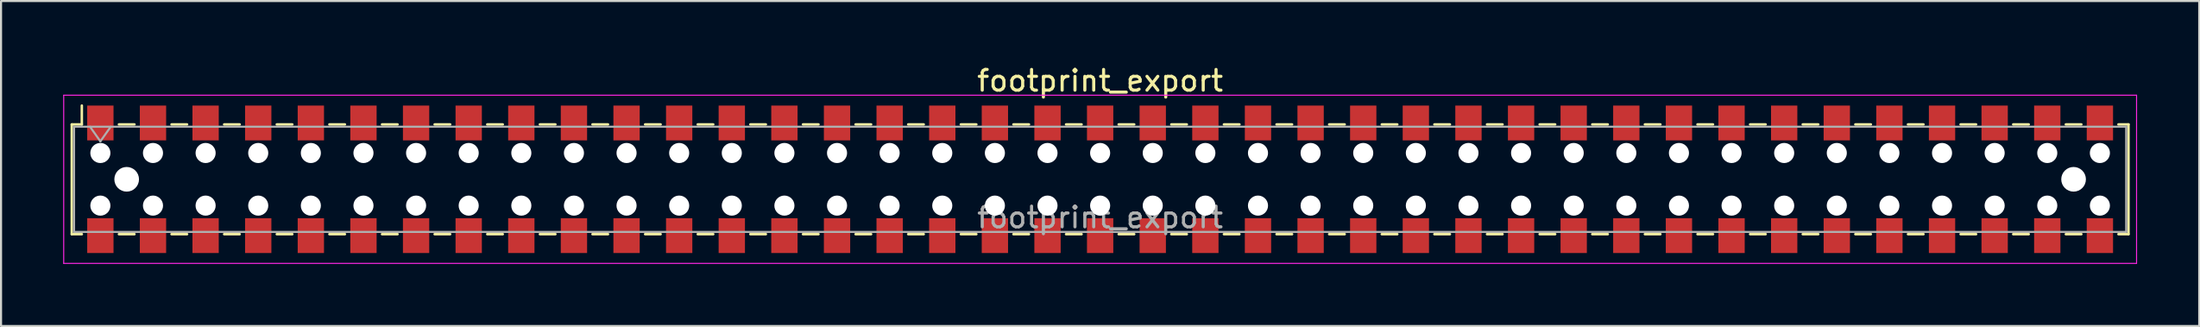
<source format=kicad_pcb>
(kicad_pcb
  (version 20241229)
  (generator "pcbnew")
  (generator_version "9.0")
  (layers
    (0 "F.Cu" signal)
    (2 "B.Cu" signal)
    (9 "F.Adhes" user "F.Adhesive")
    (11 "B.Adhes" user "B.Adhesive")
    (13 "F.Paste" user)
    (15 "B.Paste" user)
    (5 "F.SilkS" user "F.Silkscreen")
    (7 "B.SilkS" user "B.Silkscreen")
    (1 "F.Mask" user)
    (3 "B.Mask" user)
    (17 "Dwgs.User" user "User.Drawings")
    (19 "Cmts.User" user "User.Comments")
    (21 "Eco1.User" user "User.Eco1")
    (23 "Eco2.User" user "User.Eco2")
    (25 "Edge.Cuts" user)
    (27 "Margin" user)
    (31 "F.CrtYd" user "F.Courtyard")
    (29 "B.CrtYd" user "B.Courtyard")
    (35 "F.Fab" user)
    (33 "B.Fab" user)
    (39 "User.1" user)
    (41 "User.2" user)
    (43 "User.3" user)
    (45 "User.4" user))
  (footprint "footprint_export"
    (layer "F.Cu")
    (at 50.055 5.608)
    (property "Reference" "footprint_export" (at 0 -4.76 0) (layer "F.SilkS") (effects (font (size 1 1) (thickness 0.15))))
    (attr smd)
    (fp_line (start -49.64 -2.65) (end -49.64 2.65) (stroke (width 0.12) (type solid)) (layer "F.SilkS"))
    (fp_line (start -49.64 2.65) (end -49.155 2.65) (stroke (width 0.12) (type solid)) (layer "F.SilkS"))
    (fp_line (start -49.155 -3.56) (end -49.155 -2.65) (stroke (width 0.12) (type solid)) (layer "F.SilkS"))
    (fp_line (start -49.155 -2.65) (end -49.64 -2.65) (stroke (width 0.12) (type solid)) (layer "F.SilkS"))
    (fp_line (start -47.365 -2.65) (end -46.615 -2.65) (stroke (width 0.12) (type solid)) (layer "F.SilkS"))
    (fp_line (start -47.365 2.65) (end -46.615 2.65) (stroke (width 0.12) (type solid)) (layer "F.SilkS"))
    (fp_line (start -44.825 -2.65) (end -44.075 -2.65) (stroke (width 0.12) (type solid)) (layer "F.SilkS"))
    (fp_line (start -44.825 2.65) (end -44.075 2.65) (stroke (width 0.12) (type solid)) (layer "F.SilkS"))
    (fp_line (start -42.285 -2.65) (end -41.535 -2.65) (stroke (width 0.12) (type solid)) (layer "F.SilkS"))
    (fp_line (start -42.285 2.65) (end -41.535 2.65) (stroke (width 0.12) (type solid)) (layer "F.SilkS"))
    (fp_line (start -39.745 -2.65) (end -38.995 -2.65) (stroke (width 0.12) (type solid)) (layer "F.SilkS"))
    (fp_line (start -39.745 2.65) (end -38.995 2.65) (stroke (width 0.12) (type solid)) (layer "F.SilkS"))
    (fp_line (start -37.205 -2.65) (end -36.455 -2.65) (stroke (width 0.12) (type solid)) (layer "F.SilkS"))
    (fp_line (start -37.205 2.65) (end -36.455 2.65) (stroke (width 0.12) (type solid)) (layer "F.SilkS"))
    (fp_line (start -34.665 -2.65) (end -33.915 -2.65) (stroke (width 0.12) (type solid)) (layer "F.SilkS"))
    (fp_line (start -34.665 2.65) (end -33.915 2.65) (stroke (width 0.12) (type solid)) (layer "F.SilkS"))
    (fp_line (start -32.125 -2.65) (end -31.375 -2.65) (stroke (width 0.12) (type solid)) (layer "F.SilkS"))
    (fp_line (start -32.125 2.65) (end -31.375 2.65) (stroke (width 0.12) (type solid)) (layer "F.SilkS"))
    (fp_line (start -29.585 -2.65) (end -28.835 -2.65) (stroke (width 0.12) (type solid)) (layer "F.SilkS"))
    (fp_line (start -29.585 2.65) (end -28.835 2.65) (stroke (width 0.12) (type solid)) (layer "F.SilkS"))
    (fp_line (start -27.045 -2.65) (end -26.295 -2.65) (stroke (width 0.12) (type solid)) (layer "F.SilkS"))
    (fp_line (start -27.045 2.65) (end -26.295 2.65) (stroke (width 0.12) (type solid)) (layer "F.SilkS"))
    (fp_line (start -24.505 -2.65) (end -23.755 -2.65) (stroke (width 0.12) (type solid)) (layer "F.SilkS"))
    (fp_line (start -24.505 2.65) (end -23.755 2.65) (stroke (width 0.12) (type solid)) (layer "F.SilkS"))
    (fp_line (start -21.965 -2.65) (end -21.215 -2.65) (stroke (width 0.12) (type solid)) (layer "F.SilkS"))
    (fp_line (start -21.965 2.65) (end -21.215 2.65) (stroke (width 0.12) (type solid)) (layer "F.SilkS"))
    (fp_line (start -19.425 -2.65) (end -18.675 -2.65) (stroke (width 0.12) (type solid)) (layer "F.SilkS"))
    (fp_line (start -19.425 2.65) (end -18.675 2.65) (stroke (width 0.12) (type solid)) (layer "F.SilkS"))
    (fp_line (start -16.885 -2.65) (end -16.135 -2.65) (stroke (width 0.12) (type solid)) (layer "F.SilkS"))
    (fp_line (start -16.885 2.65) (end -16.135 2.65) (stroke (width 0.12) (type solid)) (layer "F.SilkS"))
    (fp_line (start -14.345 -2.65) (end -13.595 -2.65) (stroke (width 0.12) (type solid)) (layer "F.SilkS"))
    (fp_line (start -14.345 2.65) (end -13.595 2.65) (stroke (width 0.12) (type solid)) (layer "F.SilkS"))
    (fp_line (start -11.805 -2.65) (end -11.055 -2.65) (stroke (width 0.12) (type solid)) (layer "F.SilkS"))
    (fp_line (start -11.805 2.65) (end -11.055 2.65) (stroke (width 0.12) (type solid)) (layer "F.SilkS"))
    (fp_line (start -9.265 -2.65) (end -8.515 -2.65) (stroke (width 0.12) (type solid)) (layer "F.SilkS"))
    (fp_line (start -9.265 2.65) (end -8.515 2.65) (stroke (width 0.12) (type solid)) (layer "F.SilkS"))
    (fp_line (start -6.725 -2.65) (end -5.975 -2.65) (stroke (width 0.12) (type solid)) (layer "F.SilkS"))
    (fp_line (start -6.725 2.65) (end -5.975 2.65) (stroke (width 0.12) (type solid)) (layer "F.SilkS"))
    (fp_line (start -4.185 -2.65) (end -3.435 -2.65) (stroke (width 0.12) (type solid)) (layer "F.SilkS"))
    (fp_line (start -4.185 2.65) (end -3.435 2.65) (stroke (width 0.12) (type solid)) (layer "F.SilkS"))
    (fp_line (start -1.645 -2.65) (end -0.895 -2.65) (stroke (width 0.12) (type solid)) (layer "F.SilkS"))
    (fp_line (start -1.645 2.65) (end -0.895 2.65) (stroke (width 0.12) (type solid)) (layer "F.SilkS"))
    (fp_line (start 0.895 -2.65) (end 1.645 -2.65) (stroke (width 0.12) (type solid)) (layer "F.SilkS"))
    (fp_line (start 0.895 2.65) (end 1.645 2.65) (stroke (width 0.12) (type solid)) (layer "F.SilkS"))
    (fp_line (start 3.435 -2.65) (end 4.185 -2.65) (stroke (width 0.12) (type solid)) (layer "F.SilkS"))
    (fp_line (start 3.435 2.65) (end 4.185 2.65) (stroke (width 0.12) (type solid)) (layer "F.SilkS"))
    (fp_line (start 5.975 -2.65) (end 6.725 -2.65) (stroke (width 0.12) (type solid)) (layer "F.SilkS"))
    (fp_line (start 5.975 2.65) (end 6.725 2.65) (stroke (width 0.12) (type solid)) (layer "F.SilkS"))
    (fp_line (start 8.515 -2.65) (end 9.265 -2.65) (stroke (width 0.12) (type solid)) (layer "F.SilkS"))
    (fp_line (start 8.515 2.65) (end 9.265 2.65) (stroke (width 0.12) (type solid)) (layer "F.SilkS"))
    (fp_line (start 11.055 -2.65) (end 11.805 -2.65) (stroke (width 0.12) (type solid)) (layer "F.SilkS"))
    (fp_line (start 11.055 2.65) (end 11.805 2.65) (stroke (width 0.12) (type solid)) (layer "F.SilkS"))
    (fp_line (start 13.595 -2.65) (end 14.345 -2.65) (stroke (width 0.12) (type solid)) (layer "F.SilkS"))
    (fp_line (start 13.595 2.65) (end 14.345 2.65) (stroke (width 0.12) (type solid)) (layer "F.SilkS"))
    (fp_line (start 16.135 -2.65) (end 16.885 -2.65) (stroke (width 0.12) (type solid)) (layer "F.SilkS"))
    (fp_line (start 16.135 2.65) (end 16.885 2.65) (stroke (width 0.12) (type solid)) (layer "F.SilkS"))
    (fp_line (start 18.675 -2.65) (end 19.425 -2.65) (stroke (width 0.12) (type solid)) (layer "F.SilkS"))
    (fp_line (start 18.675 2.65) (end 19.425 2.65) (stroke (width 0.12) (type solid)) (layer "F.SilkS"))
    (fp_line (start 21.215 -2.65) (end 21.965 -2.65) (stroke (width 0.12) (type solid)) (layer "F.SilkS"))
    (fp_line (start 21.215 2.65) (end 21.965 2.65) (stroke (width 0.12) (type solid)) (layer "F.SilkS"))
    (fp_line (start 23.755 -2.65) (end 24.505 -2.65) (stroke (width 0.12) (type solid)) (layer "F.SilkS"))
    (fp_line (start 23.755 2.65) (end 24.505 2.65) (stroke (width 0.12) (type solid)) (layer "F.SilkS"))
    (fp_line (start 26.295 -2.65) (end 27.045 -2.65) (stroke (width 0.12) (type solid)) (layer "F.SilkS"))
    (fp_line (start 26.295 2.65) (end 27.045 2.65) (stroke (width 0.12) (type solid)) (layer "F.SilkS"))
    (fp_line (start 28.835 -2.65) (end 29.585 -2.65) (stroke (width 0.12) (type solid)) (layer "F.SilkS"))
    (fp_line (start 28.835 2.65) (end 29.585 2.65) (stroke (width 0.12) (type solid)) (layer "F.SilkS"))
    (fp_line (start 31.375 -2.65) (end 32.125 -2.65) (stroke (width 0.12) (type solid)) (layer "F.SilkS"))
    (fp_line (start 31.375 2.65) (end 32.125 2.65) (stroke (width 0.12) (type solid)) (layer "F.SilkS"))
    (fp_line (start 33.915 -2.65) (end 34.665 -2.65) (stroke (width 0.12) (type solid)) (layer "F.SilkS"))
    (fp_line (start 33.915 2.65) (end 34.665 2.65) (stroke (width 0.12) (type solid)) (layer "F.SilkS"))
    (fp_line (start 36.455 -2.65) (end 37.205 -2.65) (stroke (width 0.12) (type solid)) (layer "F.SilkS"))
    (fp_line (start 36.455 2.65) (end 37.205 2.65) (stroke (width 0.12) (type solid)) (layer "F.SilkS"))
    (fp_line (start 38.995 -2.65) (end 39.745 -2.65) (stroke (width 0.12) (type solid)) (layer "F.SilkS"))
    (fp_line (start 38.995 2.65) (end 39.745 2.65) (stroke (width 0.12) (type solid)) (layer "F.SilkS"))
    (fp_line (start 41.535 -2.65) (end 42.285 -2.65) (stroke (width 0.12) (type solid)) (layer "F.SilkS"))
    (fp_line (start 41.535 2.65) (end 42.285 2.65) (stroke (width 0.12) (type solid)) (layer "F.SilkS"))
    (fp_line (start 44.075 -2.65) (end 44.825 -2.65) (stroke (width 0.12) (type solid)) (layer "F.SilkS"))
    (fp_line (start 44.075 2.65) (end 44.825 2.65) (stroke (width 0.12) (type solid)) (layer "F.SilkS"))
    (fp_line (start 46.615 -2.65) (end 47.365 -2.65) (stroke (width 0.12) (type solid)) (layer "F.SilkS"))
    (fp_line (start 46.615 2.65) (end 47.365 2.65) (stroke (width 0.12) (type solid)) (layer "F.SilkS"))
    (fp_line (start 49.155 -2.65) (end 49.64 -2.65) (stroke (width 0.12) (type solid)) (layer "F.SilkS"))
    (fp_line (start 49.64 -2.65) (end 49.64 2.65) (stroke (width 0.12) (type solid)) (layer "F.SilkS"))
    (fp_line (start 49.64 2.65) (end 49.155 2.65) (stroke (width 0.12) (type solid)) (layer "F.SilkS"))
    (fp_line (start -50.03 -4.06) (end 50.03 -4.06) (stroke (width 0.05) (type solid)) (layer "F.CrtYd"))
    (fp_line (start -50.03 4.06) (end -50.03 -4.06) (stroke (width 0.05) (type solid)) (layer "F.CrtYd"))
    (fp_line (start 50.03 -4.06) (end 50.03 4.06) (stroke (width 0.05) (type solid)) (layer "F.CrtYd"))
    (fp_line (start 50.03 4.06) (end -50.03 4.06) (stroke (width 0.05) (type solid)) (layer "F.CrtYd"))
    (fp_line (start -49.53 -2.54) (end 49.53 -2.54) (stroke (width 0.1) (type solid)) (layer "F.Fab"))
    (fp_line (start -49.53 2.54) (end -49.53 -2.54) (stroke (width 0.1) (type solid)) (layer "F.Fab"))
    (fp_line (start -48.76 -2.54) (end -48.26 -1.833) (stroke (width 0.1) (type solid)) (layer "F.Fab"))
    (fp_line (start -48.26 -1.833) (end -47.76 -2.54) (stroke (width 0.1) (type solid)) (layer "F.Fab"))
    (fp_line (start 49.53 -2.54) (end 49.53 2.54) (stroke (width 0.1) (type solid)) (layer "F.Fab"))
    (fp_line (start 49.53 2.54) (end -49.53 2.54) (stroke (width 0.1) (type solid)) (layer "F.Fab"))
    (fp_text user "${REFERENCE}" (at 0 1.84 0) (layer "F.Fab") (effects (font (size 1 1) (thickness 0.15))))
    (pad "" np_thru_hole circle (at -48.26 -1.27) (size 0.97 0.97) (drill 0.97) (layers "*.Cu" "*.Mask"))
    (pad "" np_thru_hole circle (at -48.26 1.27) (size 0.97 0.97) (drill 0.97) (layers "*.Cu" "*.Mask"))
    (pad "" np_thru_hole circle (at -46.99 0) (size 1.19 1.19) (drill 1.19) (layers "*.Cu" "*.Mask"))
    (pad "" np_thru_hole circle (at -45.72 -1.27) (size 0.97 0.97) (drill 0.97) (layers "*.Cu" "*.Mask"))
    (pad "" np_thru_hole circle (at -45.72 1.27) (size 0.97 0.97) (drill 0.97) (layers "*.Cu" "*.Mask"))
    (pad "" np_thru_hole circle (at -43.18 -1.27) (size 0.97 0.97) (drill 0.97) (layers "*.Cu" "*.Mask"))
    (pad "" np_thru_hole circle (at -43.18 1.27) (size 0.97 0.97) (drill 0.97) (layers "*.Cu" "*.Mask"))
    (pad "" np_thru_hole circle (at -40.64 -1.27) (size 0.97 0.97) (drill 0.97) (layers "*.Cu" "*.Mask"))
    (pad "" np_thru_hole circle (at -40.64 1.27) (size 0.97 0.97) (drill 0.97) (layers "*.Cu" "*.Mask"))
    (pad "" np_thru_hole circle (at -38.1 -1.27) (size 0.97 0.97) (drill 0.97) (layers "*.Cu" "*.Mask"))
    (pad "" np_thru_hole circle (at -38.1 1.27) (size 0.97 0.97) (drill 0.97) (layers "*.Cu" "*.Mask"))
    (pad "" np_thru_hole circle (at -35.56 -1.27) (size 0.97 0.97) (drill 0.97) (layers "*.Cu" "*.Mask"))
    (pad "" np_thru_hole circle (at -35.56 1.27) (size 0.97 0.97) (drill 0.97) (layers "*.Cu" "*.Mask"))
    (pad "" np_thru_hole circle (at -33.02 -1.27) (size 0.97 0.97) (drill 0.97) (layers "*.Cu" "*.Mask"))
    (pad "" np_thru_hole circle (at -33.02 1.27) (size 0.97 0.97) (drill 0.97) (layers "*.Cu" "*.Mask"))
    (pad "" np_thru_hole circle (at -30.48 -1.27) (size 0.97 0.97) (drill 0.97) (layers "*.Cu" "*.Mask"))
    (pad "" np_thru_hole circle (at -30.48 1.27) (size 0.97 0.97) (drill 0.97) (layers "*.Cu" "*.Mask"))
    (pad "" np_thru_hole circle (at -27.94 -1.27) (size 0.97 0.97) (drill 0.97) (layers "*.Cu" "*.Mask"))
    (pad "" np_thru_hole circle (at -27.94 1.27) (size 0.97 0.97) (drill 0.97) (layers "*.Cu" "*.Mask"))
    (pad "" np_thru_hole circle (at -25.4 -1.27) (size 0.97 0.97) (drill 0.97) (layers "*.Cu" "*.Mask"))
    (pad "" np_thru_hole circle (at -25.4 1.27) (size 0.97 0.97) (drill 0.97) (layers "*.Cu" "*.Mask"))
    (pad "" np_thru_hole circle (at -22.86 -1.27) (size 0.97 0.97) (drill 0.97) (layers "*.Cu" "*.Mask"))
    (pad "" np_thru_hole circle (at -22.86 1.27) (size 0.97 0.97) (drill 0.97) (layers "*.Cu" "*.Mask"))
    (pad "" np_thru_hole circle (at -20.32 -1.27) (size 0.97 0.97) (drill 0.97) (layers "*.Cu" "*.Mask"))
    (pad "" np_thru_hole circle (at -20.32 1.27) (size 0.97 0.97) (drill 0.97) (layers "*.Cu" "*.Mask"))
    (pad "" np_thru_hole circle (at -17.78 -1.27) (size 0.97 0.97) (drill 0.97) (layers "*.Cu" "*.Mask"))
    (pad "" np_thru_hole circle (at -17.78 1.27) (size 0.97 0.97) (drill 0.97) (layers "*.Cu" "*.Mask"))
    (pad "" np_thru_hole circle (at -15.24 -1.27) (size 0.97 0.97) (drill 0.97) (layers "*.Cu" "*.Mask"))
    (pad "" np_thru_hole circle (at -15.24 1.27) (size 0.97 0.97) (drill 0.97) (layers "*.Cu" "*.Mask"))
    (pad "" np_thru_hole circle (at -12.7 -1.27) (size 0.97 0.97) (drill 0.97) (layers "*.Cu" "*.Mask"))
    (pad "" np_thru_hole circle (at -12.7 1.27) (size 0.97 0.97) (drill 0.97) (layers "*.Cu" "*.Mask"))
    (pad "" np_thru_hole circle (at -10.16 -1.27) (size 0.97 0.97) (drill 0.97) (layers "*.Cu" "*.Mask"))
    (pad "" np_thru_hole circle (at -10.16 1.27) (size 0.97 0.97) (drill 0.97) (layers "*.Cu" "*.Mask"))
    (pad "" np_thru_hole circle (at -7.62 -1.27) (size 0.97 0.97) (drill 0.97) (layers "*.Cu" "*.Mask"))
    (pad "" np_thru_hole circle (at -7.62 1.27) (size 0.97 0.97) (drill 0.97) (layers "*.Cu" "*.Mask"))
    (pad "" np_thru_hole circle (at -5.08 -1.27) (size 0.97 0.97) (drill 0.97) (layers "*.Cu" "*.Mask"))
    (pad "" np_thru_hole circle (at -5.08 1.27) (size 0.97 0.97) (drill 0.97) (layers "*.Cu" "*.Mask"))
    (pad "" np_thru_hole circle (at -2.54 -1.27) (size 0.97 0.97) (drill 0.97) (layers "*.Cu" "*.Mask"))
    (pad "" np_thru_hole circle (at -2.54 1.27) (size 0.97 0.97) (drill 0.97) (layers "*.Cu" "*.Mask"))
    (pad "" np_thru_hole circle (at 0 -1.27) (size 0.97 0.97) (drill 0.97) (layers "*.Cu" "*.Mask"))
    (pad "" np_thru_hole circle (at 0 1.27) (size 0.97 0.97) (drill 0.97) (layers "*.Cu" "*.Mask"))
    (pad "" np_thru_hole circle (at 2.54 -1.27) (size 0.97 0.97) (drill 0.97) (layers "*.Cu" "*.Mask"))
    (pad "" np_thru_hole circle (at 2.54 1.27) (size 0.97 0.97) (drill 0.97) (layers "*.Cu" "*.Mask"))
    (pad "" np_thru_hole circle (at 5.08 -1.27) (size 0.97 0.97) (drill 0.97) (layers "*.Cu" "*.Mask"))
    (pad "" np_thru_hole circle (at 5.08 1.27) (size 0.97 0.97) (drill 0.97) (layers "*.Cu" "*.Mask"))
    (pad "" np_thru_hole circle (at 7.62 -1.27) (size 0.97 0.97) (drill 0.97) (layers "*.Cu" "*.Mask"))
    (pad "" np_thru_hole circle (at 7.62 1.27) (size 0.97 0.97) (drill 0.97) (layers "*.Cu" "*.Mask"))
    (pad "" np_thru_hole circle (at 10.16 -1.27) (size 0.97 0.97) (drill 0.97) (layers "*.Cu" "*.Mask"))
    (pad "" np_thru_hole circle (at 10.16 1.27) (size 0.97 0.97) (drill 0.97) (layers "*.Cu" "*.Mask"))
    (pad "" np_thru_hole circle (at 12.7 -1.27) (size 0.97 0.97) (drill 0.97) (layers "*.Cu" "*.Mask"))
    (pad "" np_thru_hole circle (at 12.7 1.27) (size 0.97 0.97) (drill 0.97) (layers "*.Cu" "*.Mask"))
    (pad "" np_thru_hole circle (at 15.24 -1.27) (size 0.97 0.97) (drill 0.97) (layers "*.Cu" "*.Mask"))
    (pad "" np_thru_hole circle (at 15.24 1.27) (size 0.97 0.97) (drill 0.97) (layers "*.Cu" "*.Mask"))
    (pad "" np_thru_hole circle (at 17.78 -1.27) (size 0.97 0.97) (drill 0.97) (layers "*.Cu" "*.Mask"))
    (pad "" np_thru_hole circle (at 17.78 1.27) (size 0.97 0.97) (drill 0.97) (layers "*.Cu" "*.Mask"))
    (pad "" np_thru_hole circle (at 20.32 -1.27) (size 0.97 0.97) (drill 0.97) (layers "*.Cu" "*.Mask"))
    (pad "" np_thru_hole circle (at 20.32 1.27) (size 0.97 0.97) (drill 0.97) (layers "*.Cu" "*.Mask"))
    (pad "" np_thru_hole circle (at 22.86 -1.27) (size 0.97 0.97) (drill 0.97) (layers "*.Cu" "*.Mask"))
    (pad "" np_thru_hole circle (at 22.86 1.27) (size 0.97 0.97) (drill 0.97) (layers "*.Cu" "*.Mask"))
    (pad "" np_thru_hole circle (at 25.4 -1.27) (size 0.97 0.97) (drill 0.97) (layers "*.Cu" "*.Mask"))
    (pad "" np_thru_hole circle (at 25.4 1.27) (size 0.97 0.97) (drill 0.97) (layers "*.Cu" "*.Mask"))
    (pad "" np_thru_hole circle (at 27.94 -1.27) (size 0.97 0.97) (drill 0.97) (layers "*.Cu" "*.Mask"))
    (pad "" np_thru_hole circle (at 27.94 1.27) (size 0.97 0.97) (drill 0.97) (layers "*.Cu" "*.Mask"))
    (pad "" np_thru_hole circle (at 30.48 -1.27) (size 0.97 0.97) (drill 0.97) (layers "*.Cu" "*.Mask"))
    (pad "" np_thru_hole circle (at 30.48 1.27) (size 0.97 0.97) (drill 0.97) (layers "*.Cu" "*.Mask"))
    (pad "" np_thru_hole circle (at 33.02 -1.27) (size 0.97 0.97) (drill 0.97) (layers "*.Cu" "*.Mask"))
    (pad "" np_thru_hole circle (at 33.02 1.27) (size 0.97 0.97) (drill 0.97) (layers "*.Cu" "*.Mask"))
    (pad "" np_thru_hole circle (at 35.56 -1.27) (size 0.97 0.97) (drill 0.97) (layers "*.Cu" "*.Mask"))
    (pad "" np_thru_hole circle (at 35.56 1.27) (size 0.97 0.97) (drill 0.97) (layers "*.Cu" "*.Mask"))
    (pad "" np_thru_hole circle (at 38.1 -1.27) (size 0.97 0.97) (drill 0.97) (layers "*.Cu" "*.Mask"))
    (pad "" np_thru_hole circle (at 38.1 1.27) (size 0.97 0.97) (drill 0.97) (layers "*.Cu" "*.Mask"))
    (pad "" np_thru_hole circle (at 40.64 -1.27) (size 0.97 0.97) (drill 0.97) (layers "*.Cu" "*.Mask"))
    (pad "" np_thru_hole circle (at 40.64 1.27) (size 0.97 0.97) (drill 0.97) (layers "*.Cu" "*.Mask"))
    (pad "" np_thru_hole circle (at 43.18 -1.27) (size 0.97 0.97) (drill 0.97) (layers "*.Cu" "*.Mask"))
    (pad "" np_thru_hole circle (at 43.18 1.27) (size 0.97 0.97) (drill 0.97) (layers "*.Cu" "*.Mask"))
    (pad "" np_thru_hole circle (at 45.72 -1.27) (size 0.97 0.97) (drill 0.97) (layers "*.Cu" "*.Mask"))
    (pad "" np_thru_hole circle (at 45.72 1.27) (size 0.97 0.97) (drill 0.97) (layers "*.Cu" "*.Mask"))
    (pad "" np_thru_hole circle (at 46.99 0) (size 1.19 1.19) (drill 1.19) (layers "*.Cu" "*.Mask"))
    (pad "" np_thru_hole circle (at 48.26 -1.27) (size 0.97 0.97) (drill 0.97) (layers "*.Cu" "*.Mask"))
    (pad "" np_thru_hole circle (at 48.26 1.27) (size 0.97 0.97) (drill 0.97) (layers "*.Cu" "*.Mask"))
    (pad "1" smd rect (at -48.26 -2.72) (size 1.27 1.68) (layers "F.Cu" "F.Mask" "F.Paste"))
    (pad "2" smd rect (at -48.26 2.72) (size 1.27 1.68) (layers "F.Cu" "F.Mask" "F.Paste"))
    (pad "3" smd rect (at -45.72 -2.72) (size 1.27 1.68) (layers "F.Cu" "F.Mask" "F.Paste"))
    (pad "4" smd rect (at -45.72 2.72) (size 1.27 1.68) (layers "F.Cu" "F.Mask" "F.Paste"))
    (pad "5" smd rect (at -43.18 -2.72) (size 1.27 1.68) (layers "F.Cu" "F.Mask" "F.Paste"))
    (pad "6" smd rect (at -43.18 2.72) (size 1.27 1.68) (layers "F.Cu" "F.Mask" "F.Paste"))
    (pad "7" smd rect (at -40.64 -2.72) (size 1.27 1.68) (layers "F.Cu" "F.Mask" "F.Paste"))
    (pad "8" smd rect (at -40.64 2.72) (size 1.27 1.68) (layers "F.Cu" "F.Mask" "F.Paste"))
    (pad "9" smd rect (at -38.1 -2.72) (size 1.27 1.68) (layers "F.Cu" "F.Mask" "F.Paste"))
    (pad "10" smd rect (at -38.1 2.72) (size 1.27 1.68) (layers "F.Cu" "F.Mask" "F.Paste"))
    (pad "11" smd rect (at -35.56 -2.72) (size 1.27 1.68) (layers "F.Cu" "F.Mask" "F.Paste"))
    (pad "12" smd rect (at -35.56 2.72) (size 1.27 1.68) (layers "F.Cu" "F.Mask" "F.Paste"))
    (pad "13" smd rect (at -33.02 -2.72) (size 1.27 1.68) (layers "F.Cu" "F.Mask" "F.Paste"))
    (pad "14" smd rect (at -33.02 2.72) (size 1.27 1.68) (layers "F.Cu" "F.Mask" "F.Paste"))
    (pad "15" smd rect (at -30.48 -2.72) (size 1.27 1.68) (layers "F.Cu" "F.Mask" "F.Paste"))
    (pad "16" smd rect (at -30.48 2.72) (size 1.27 1.68) (layers "F.Cu" "F.Mask" "F.Paste"))
    (pad "17" smd rect (at -27.94 -2.72) (size 1.27 1.68) (layers "F.Cu" "F.Mask" "F.Paste"))
    (pad "18" smd rect (at -27.94 2.72) (size 1.27 1.68) (layers "F.Cu" "F.Mask" "F.Paste"))
    (pad "19" smd rect (at -25.4 -2.72) (size 1.27 1.68) (layers "F.Cu" "F.Mask" "F.Paste"))
    (pad "20" smd rect (at -25.4 2.72) (size 1.27 1.68) (layers "F.Cu" "F.Mask" "F.Paste"))
    (pad "21" smd rect (at -22.86 -2.72) (size 1.27 1.68) (layers "F.Cu" "F.Mask" "F.Paste"))
    (pad "22" smd rect (at -22.86 2.72) (size 1.27 1.68) (layers "F.Cu" "F.Mask" "F.Paste"))
    (pad "23" smd rect (at -20.32 -2.72) (size 1.27 1.68) (layers "F.Cu" "F.Mask" "F.Paste"))
    (pad "24" smd rect (at -20.32 2.72) (size 1.27 1.68) (layers "F.Cu" "F.Mask" "F.Paste"))
    (pad "25" smd rect (at -17.78 -2.72) (size 1.27 1.68) (layers "F.Cu" "F.Mask" "F.Paste"))
    (pad "26" smd rect (at -17.78 2.72) (size 1.27 1.68) (layers "F.Cu" "F.Mask" "F.Paste"))
    (pad "27" smd rect (at -15.24 -2.72) (size 1.27 1.68) (layers "F.Cu" "F.Mask" "F.Paste"))
    (pad "28" smd rect (at -15.24 2.72) (size 1.27 1.68) (layers "F.Cu" "F.Mask" "F.Paste"))
    (pad "29" smd rect (at -12.7 -2.72) (size 1.27 1.68) (layers "F.Cu" "F.Mask" "F.Paste"))
    (pad "30" smd rect (at -12.7 2.72) (size 1.27 1.68) (layers "F.Cu" "F.Mask" "F.Paste"))
    (pad "31" smd rect (at -10.16 -2.72) (size 1.27 1.68) (layers "F.Cu" "F.Mask" "F.Paste"))
    (pad "32" smd rect (at -10.16 2.72) (size 1.27 1.68) (layers "F.Cu" "F.Mask" "F.Paste"))
    (pad "33" smd rect (at -7.62 -2.72) (size 1.27 1.68) (layers "F.Cu" "F.Mask" "F.Paste"))
    (pad "34" smd rect (at -7.62 2.72) (size 1.27 1.68) (layers "F.Cu" "F.Mask" "F.Paste"))
    (pad "35" smd rect (at -5.08 -2.72) (size 1.27 1.68) (layers "F.Cu" "F.Mask" "F.Paste"))
    (pad "36" smd rect (at -5.08 2.72) (size 1.27 1.68) (layers "F.Cu" "F.Mask" "F.Paste"))
    (pad "37" smd rect (at -2.54 -2.72) (size 1.27 1.68) (layers "F.Cu" "F.Mask" "F.Paste"))
    (pad "38" smd rect (at -2.54 2.72) (size 1.27 1.68) (layers "F.Cu" "F.Mask" "F.Paste"))
    (pad "39" smd rect (at 0 -2.72) (size 1.27 1.68) (layers "F.Cu" "F.Mask" "F.Paste"))
    (pad "40" smd rect (at 0 2.72) (size 1.27 1.68) (layers "F.Cu" "F.Mask" "F.Paste"))
    (pad "41" smd rect (at 2.54 -2.72) (size 1.27 1.68) (layers "F.Cu" "F.Mask" "F.Paste"))
    (pad "42" smd rect (at 2.54 2.72) (size 1.27 1.68) (layers "F.Cu" "F.Mask" "F.Paste"))
    (pad "43" smd rect (at 5.08 -2.72) (size 1.27 1.68) (layers "F.Cu" "F.Mask" "F.Paste"))
    (pad "44" smd rect (at 5.08 2.72) (size 1.27 1.68) (layers "F.Cu" "F.Mask" "F.Paste"))
    (pad "45" smd rect (at 7.62 -2.72) (size 1.27 1.68) (layers "F.Cu" "F.Mask" "F.Paste"))
    (pad "46" smd rect (at 7.62 2.72) (size 1.27 1.68) (layers "F.Cu" "F.Mask" "F.Paste"))
    (pad "47" smd rect (at 10.16 -2.72) (size 1.27 1.68) (layers "F.Cu" "F.Mask" "F.Paste"))
    (pad "48" smd rect (at 10.16 2.72) (size 1.27 1.68) (layers "F.Cu" "F.Mask" "F.Paste"))
    (pad "49" smd rect (at 12.7 -2.72) (size 1.27 1.68) (layers "F.Cu" "F.Mask" "F.Paste"))
    (pad "50" smd rect (at 12.7 2.72) (size 1.27 1.68) (layers "F.Cu" "F.Mask" "F.Paste"))
    (pad "51" smd rect (at 15.24 -2.72) (size 1.27 1.68) (layers "F.Cu" "F.Mask" "F.Paste"))
    (pad "52" smd rect (at 15.24 2.72) (size 1.27 1.68) (layers "F.Cu" "F.Mask" "F.Paste"))
    (pad "53" smd rect (at 17.78 -2.72) (size 1.27 1.68) (layers "F.Cu" "F.Mask" "F.Paste"))
    (pad "54" smd rect (at 17.78 2.72) (size 1.27 1.68) (layers "F.Cu" "F.Mask" "F.Paste"))
    (pad "55" smd rect (at 20.32 -2.72) (size 1.27 1.68) (layers "F.Cu" "F.Mask" "F.Paste"))
    (pad "56" smd rect (at 20.32 2.72) (size 1.27 1.68) (layers "F.Cu" "F.Mask" "F.Paste"))
    (pad "57" smd rect (at 22.86 -2.72) (size 1.27 1.68) (layers "F.Cu" "F.Mask" "F.Paste"))
    (pad "58" smd rect (at 22.86 2.72) (size 1.27 1.68) (layers "F.Cu" "F.Mask" "F.Paste"))
    (pad "59" smd rect (at 25.4 -2.72) (size 1.27 1.68) (layers "F.Cu" "F.Mask" "F.Paste"))
    (pad "60" smd rect (at 25.4 2.72) (size 1.27 1.68) (layers "F.Cu" "F.Mask" "F.Paste"))
    (pad "61" smd rect (at 27.94 -2.72) (size 1.27 1.68) (layers "F.Cu" "F.Mask" "F.Paste"))
    (pad "62" smd rect (at 27.94 2.72) (size 1.27 1.68) (layers "F.Cu" "F.Mask" "F.Paste"))
    (pad "63" smd rect (at 30.48 -2.72) (size 1.27 1.68) (layers "F.Cu" "F.Mask" "F.Paste"))
    (pad "64" smd rect (at 30.48 2.72) (size 1.27 1.68) (layers "F.Cu" "F.Mask" "F.Paste"))
    (pad "65" smd rect (at 33.02 -2.72) (size 1.27 1.68) (layers "F.Cu" "F.Mask" "F.Paste"))
    (pad "66" smd rect (at 33.02 2.72) (size 1.27 1.68) (layers "F.Cu" "F.Mask" "F.Paste"))
    (pad "67" smd rect (at 35.56 -2.72) (size 1.27 1.68) (layers "F.Cu" "F.Mask" "F.Paste"))
    (pad "68" smd rect (at 35.56 2.72) (size 1.27 1.68) (layers "F.Cu" "F.Mask" "F.Paste"))
    (pad "69" smd rect (at 38.1 -2.72) (size 1.27 1.68) (layers "F.Cu" "F.Mask" "F.Paste"))
    (pad "70" smd rect (at 38.1 2.72) (size 1.27 1.68) (layers "F.Cu" "F.Mask" "F.Paste"))
    (pad "71" smd rect (at 40.64 -2.72) (size 1.27 1.68) (layers "F.Cu" "F.Mask" "F.Paste"))
    (pad "72" smd rect (at 40.64 2.72) (size 1.27 1.68) (layers "F.Cu" "F.Mask" "F.Paste"))
    (pad "73" smd rect (at 43.18 -2.72) (size 1.27 1.68) (layers "F.Cu" "F.Mask" "F.Paste"))
    (pad "74" smd rect (at 43.18 2.72) (size 1.27 1.68) (layers "F.Cu" "F.Mask" "F.Paste"))
    (pad "75" smd rect (at 45.72 -2.72) (size 1.27 1.68) (layers "F.Cu" "F.Mask" "F.Paste"))
    (pad "76" smd rect (at 45.72 2.72) (size 1.27 1.68) (layers "F.Cu" "F.Mask" "F.Paste"))
    (pad "77" smd rect (at 48.26 -2.72) (size 1.27 1.68) (layers "F.Cu" "F.Mask" "F.Paste"))
    (pad "78" smd rect (at 48.26 2.72) (size 1.27 1.68) (layers "F.Cu" "F.Mask" "F.Paste")))
  (gr_rect
    (start -3 -3)
    (end 103.11 12.693)
    (stroke (width 0.1) (type default))
    (fill no)
    (layer "Edge.Cuts")))
</source>
